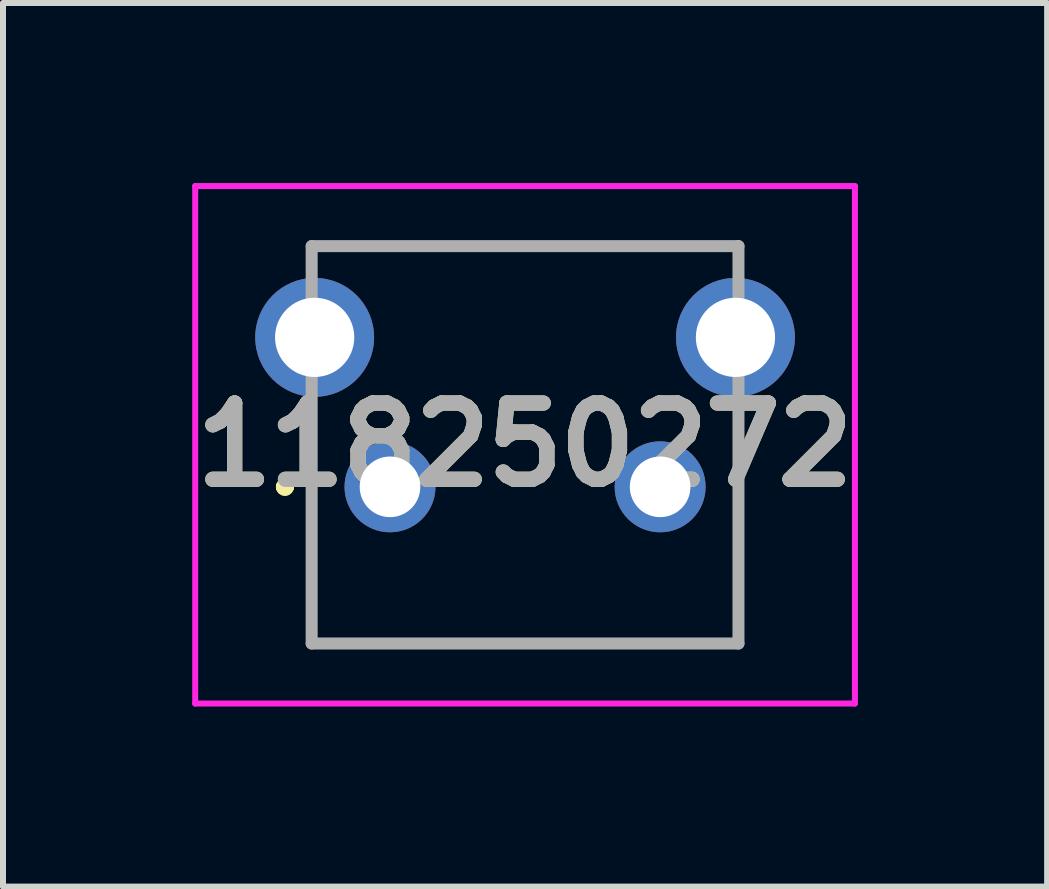
<source format=kicad_pcb>
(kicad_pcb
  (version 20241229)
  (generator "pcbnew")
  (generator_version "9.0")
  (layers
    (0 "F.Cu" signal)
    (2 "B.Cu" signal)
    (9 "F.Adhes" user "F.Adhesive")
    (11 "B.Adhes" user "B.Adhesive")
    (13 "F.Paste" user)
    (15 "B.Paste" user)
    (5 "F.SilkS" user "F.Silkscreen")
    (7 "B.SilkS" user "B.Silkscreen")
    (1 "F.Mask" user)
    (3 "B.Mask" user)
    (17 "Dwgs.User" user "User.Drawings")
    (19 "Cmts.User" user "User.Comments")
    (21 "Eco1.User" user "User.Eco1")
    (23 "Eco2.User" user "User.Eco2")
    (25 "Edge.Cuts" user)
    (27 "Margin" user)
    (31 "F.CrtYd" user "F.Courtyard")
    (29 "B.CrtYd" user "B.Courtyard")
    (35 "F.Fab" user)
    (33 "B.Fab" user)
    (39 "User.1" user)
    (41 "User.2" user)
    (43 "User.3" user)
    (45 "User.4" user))
  (footprint "118250272"
    (layer "F.Cu")
    (at 3.447 5.06)
    (property "Reference" "118250272" (at 2.25 -0.7 0) (layer "F.SilkS") (effects (font (size 1.27 1.27) (thickness 0.254))))
    (attr through_hole)
    (fp_line (start -1.8 0) (end -1.8 0) (stroke (width 0.2) (type solid)) (layer "F.SilkS"))
    (fp_line (start -1.8 0) (end -1.8 0) (stroke (width 0.2) (type solid)) (layer "F.SilkS"))
    (fp_line (start -1.7 0) (end -1.7 0) (stroke (width 0.2) (type solid)) (layer "F.SilkS"))
    (fp_arc (start -1.8 0) (mid -1.75 -0.05) (end -1.7 0) (stroke (width 0.2) (type solid)) (layer "F.SilkS"))
    (fp_arc (start -1.7 0) (mid -1.75 0.05) (end -1.8 0) (stroke (width 0.2) (type solid)) (layer "F.SilkS"))
    (fp_arc (start -1.7 0) (mid -1.75 0.05) (end -1.8 0) (stroke (width 0.2) (type solid)) (layer "F.SilkS"))
    (fp_line (start -3.245 -5.01) (end 7.745 -5.01) (stroke (width 0.1) (type solid)) (layer "F.CrtYd"))
    (fp_line (start -3.245 3.61) (end -3.245 -5.01) (stroke (width 0.1) (type solid)) (layer "F.CrtYd"))
    (fp_line (start 7.745 -5.01) (end 7.745 3.61) (stroke (width 0.1) (type solid)) (layer "F.CrtYd"))
    (fp_line (start 7.745 3.61) (end -3.245 3.61) (stroke (width 0.1) (type solid)) (layer "F.CrtYd"))
    (fp_line (start -1.305 -4.01) (end -1.305 2.61) (stroke (width 0.2) (type solid)) (layer "F.Fab"))
    (fp_line (start -1.305 2.61) (end 5.805 2.61) (stroke (width 0.2) (type solid)) (layer "F.Fab"))
    (fp_line (start 5.805 -4.01) (end -1.305 -4.01) (stroke (width 0.2) (type solid)) (layer "F.Fab"))
    (fp_line (start 5.805 2.61) (end 5.805 -4.01) (stroke (width 0.2) (type solid)) (layer "F.Fab"))
    (fp_text user "${REFERENCE}" (at 2.25 -0.7 0) (layer "F.Fab") (effects (font (size 1.27 1.27) (thickness 0.254))))
    (pad "1" thru_hole circle (at 0 0) (size 1.515 1.515) (drill 1.01) (layers "*.Cu" "*.Mask"))
    (pad "2" thru_hole circle (at 4.5 0) (size 1.515 1.515) (drill 1.01) (layers "*.Cu" "*.Mask"))
    (pad "MH1" thru_hole circle (at -1.255 -2.49) (size 1.98 1.98) (drill 1.32) (layers "*.Cu" "*.Mask"))
    (pad "MH2" thru_hole circle (at 5.755 -2.49) (size 1.98 1.98) (drill 1.32) (layers "*.Cu" "*.Mask")))
  (gr_rect
    (start -3 -3)
    (end 14.394 11.72)
    (stroke (width 0.1) (type default))
    (fill no)
    (layer "Edge.Cuts")))
</source>
